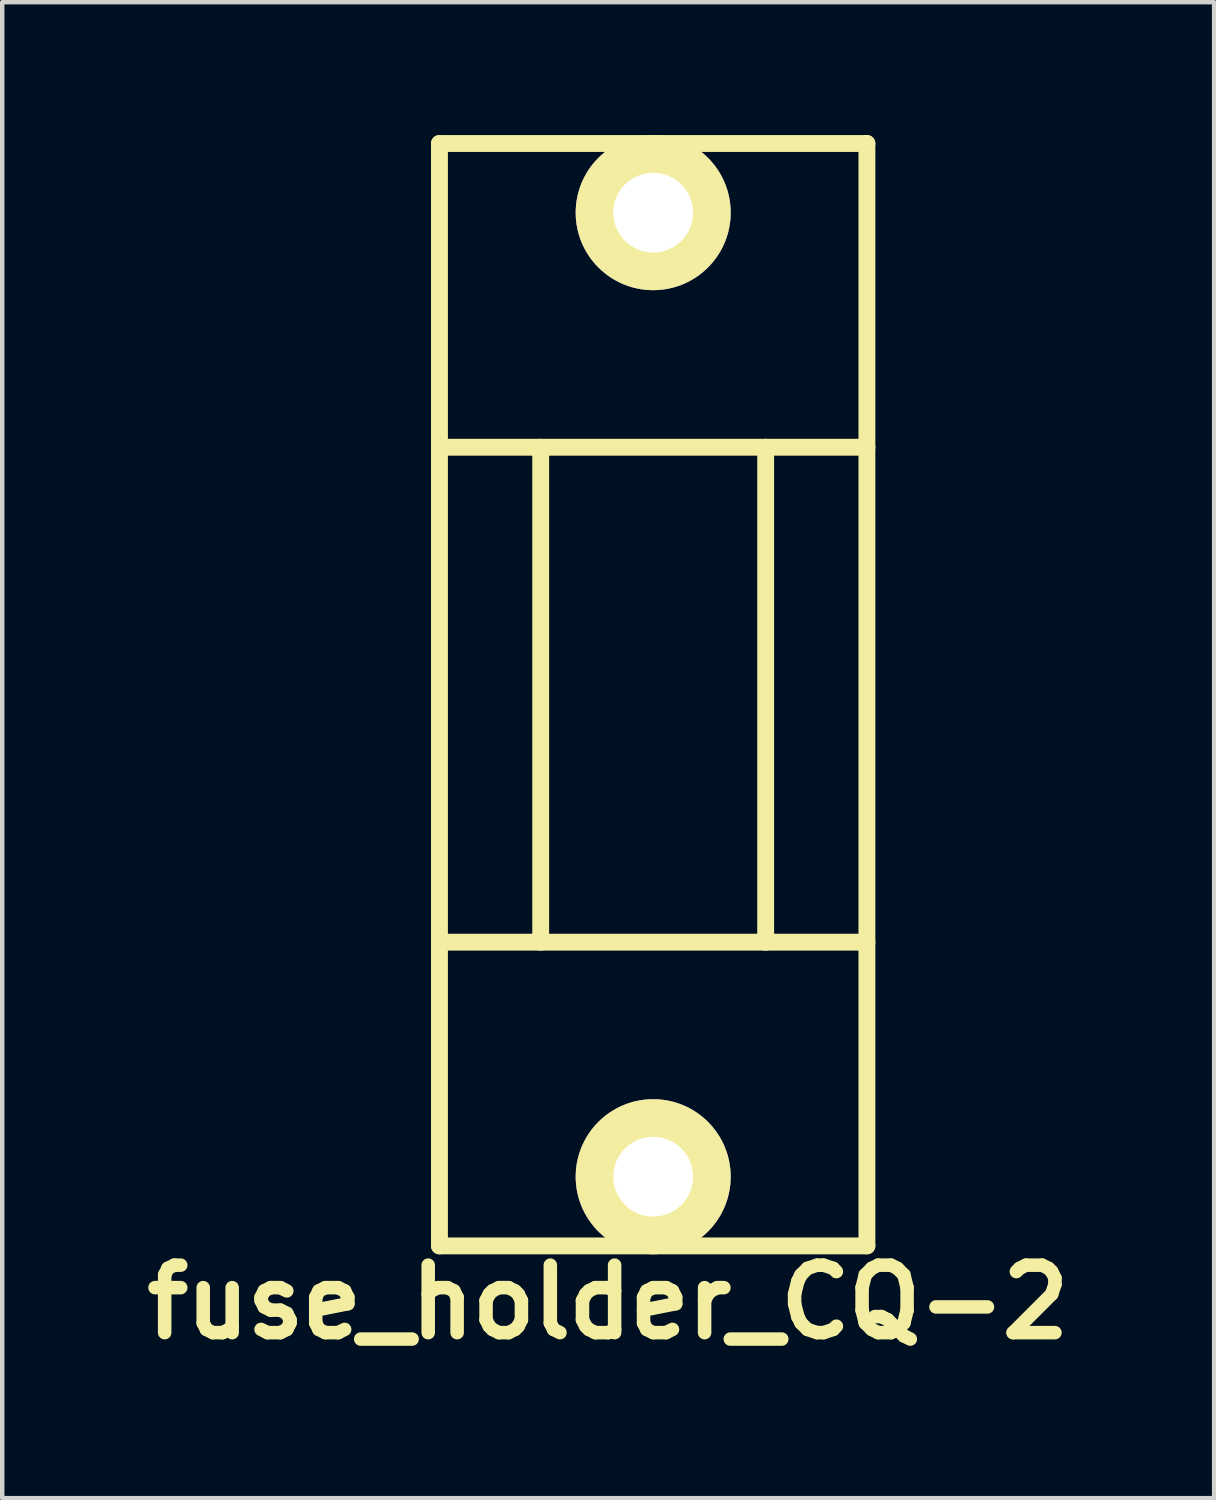
<source format=kicad_pcb>
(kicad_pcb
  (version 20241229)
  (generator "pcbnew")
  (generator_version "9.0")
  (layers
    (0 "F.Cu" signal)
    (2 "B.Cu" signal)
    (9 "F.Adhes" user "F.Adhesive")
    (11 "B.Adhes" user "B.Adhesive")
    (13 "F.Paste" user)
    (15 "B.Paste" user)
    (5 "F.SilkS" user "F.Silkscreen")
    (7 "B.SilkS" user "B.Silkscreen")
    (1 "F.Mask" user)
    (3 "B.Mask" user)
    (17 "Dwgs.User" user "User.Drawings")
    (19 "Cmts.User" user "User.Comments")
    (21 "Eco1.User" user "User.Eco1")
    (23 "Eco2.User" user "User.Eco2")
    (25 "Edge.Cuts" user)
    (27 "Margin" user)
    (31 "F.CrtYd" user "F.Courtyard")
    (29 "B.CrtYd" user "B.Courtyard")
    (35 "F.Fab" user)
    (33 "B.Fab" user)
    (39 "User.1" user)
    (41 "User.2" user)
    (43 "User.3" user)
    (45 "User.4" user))
  (footprint "fuse_holder_CQ-2"
    (layer "F.Cu")
    (at 11.699 12.636)
    (property "Reference" "fuse_holder_CQ-2" (at -1.016 13.716 0) (layer "F.SilkS") (effects (font (size 1.524 1.524) (thickness 0.305))))
    (attr through_hole)
    (fp_line (start -4.826 -12.446) (end 4.826 -12.446) (stroke (width 0.381) (type solid)) (layer "F.SilkS"))
    (fp_line (start -4.826 -5.588) (end 4.826 -5.588) (stroke (width 0.381) (type solid)) (layer "F.SilkS"))
    (fp_line (start -4.826 12.446) (end -4.826 -12.446) (stroke (width 0.381) (type solid)) (layer "F.SilkS"))
    (fp_line (start -2.54 -5.588) (end -2.54 5.588) (stroke (width 0.381) (type solid)) (layer "F.SilkS"))
    (fp_line (start 2.54 5.588) (end 2.54 -5.588) (stroke (width 0.381) (type solid)) (layer "F.SilkS"))
    (fp_line (start 4.826 -12.446) (end 4.826 12.446) (stroke (width 0.381) (type solid)) (layer "F.SilkS"))
    (fp_line (start 4.826 5.588) (end -4.826 5.588) (stroke (width 0.381) (type solid)) (layer "F.SilkS"))
    (fp_line (start 4.826 12.446) (end -4.826 12.446) (stroke (width 0.381) (type solid)) (layer "F.SilkS"))
    (pad "1" thru_hole circle (at 0 -10.884) (size 3.5 3.5) (drill 1.801) (layers "*.Cu" "*.Mask" "F.SilkS"))
    (pad "2" thru_hole circle (at 0 10.884) (size 3.5 3.5) (drill 1.801) (layers "*.Cu" "*.Mask" "F.SilkS")))
  (gr_rect
    (start -3 -3)
    (end 24.365 30.779)
    (stroke (width 0.1) (type default))
    (fill no)
    (layer "Edge.Cuts")))
</source>
